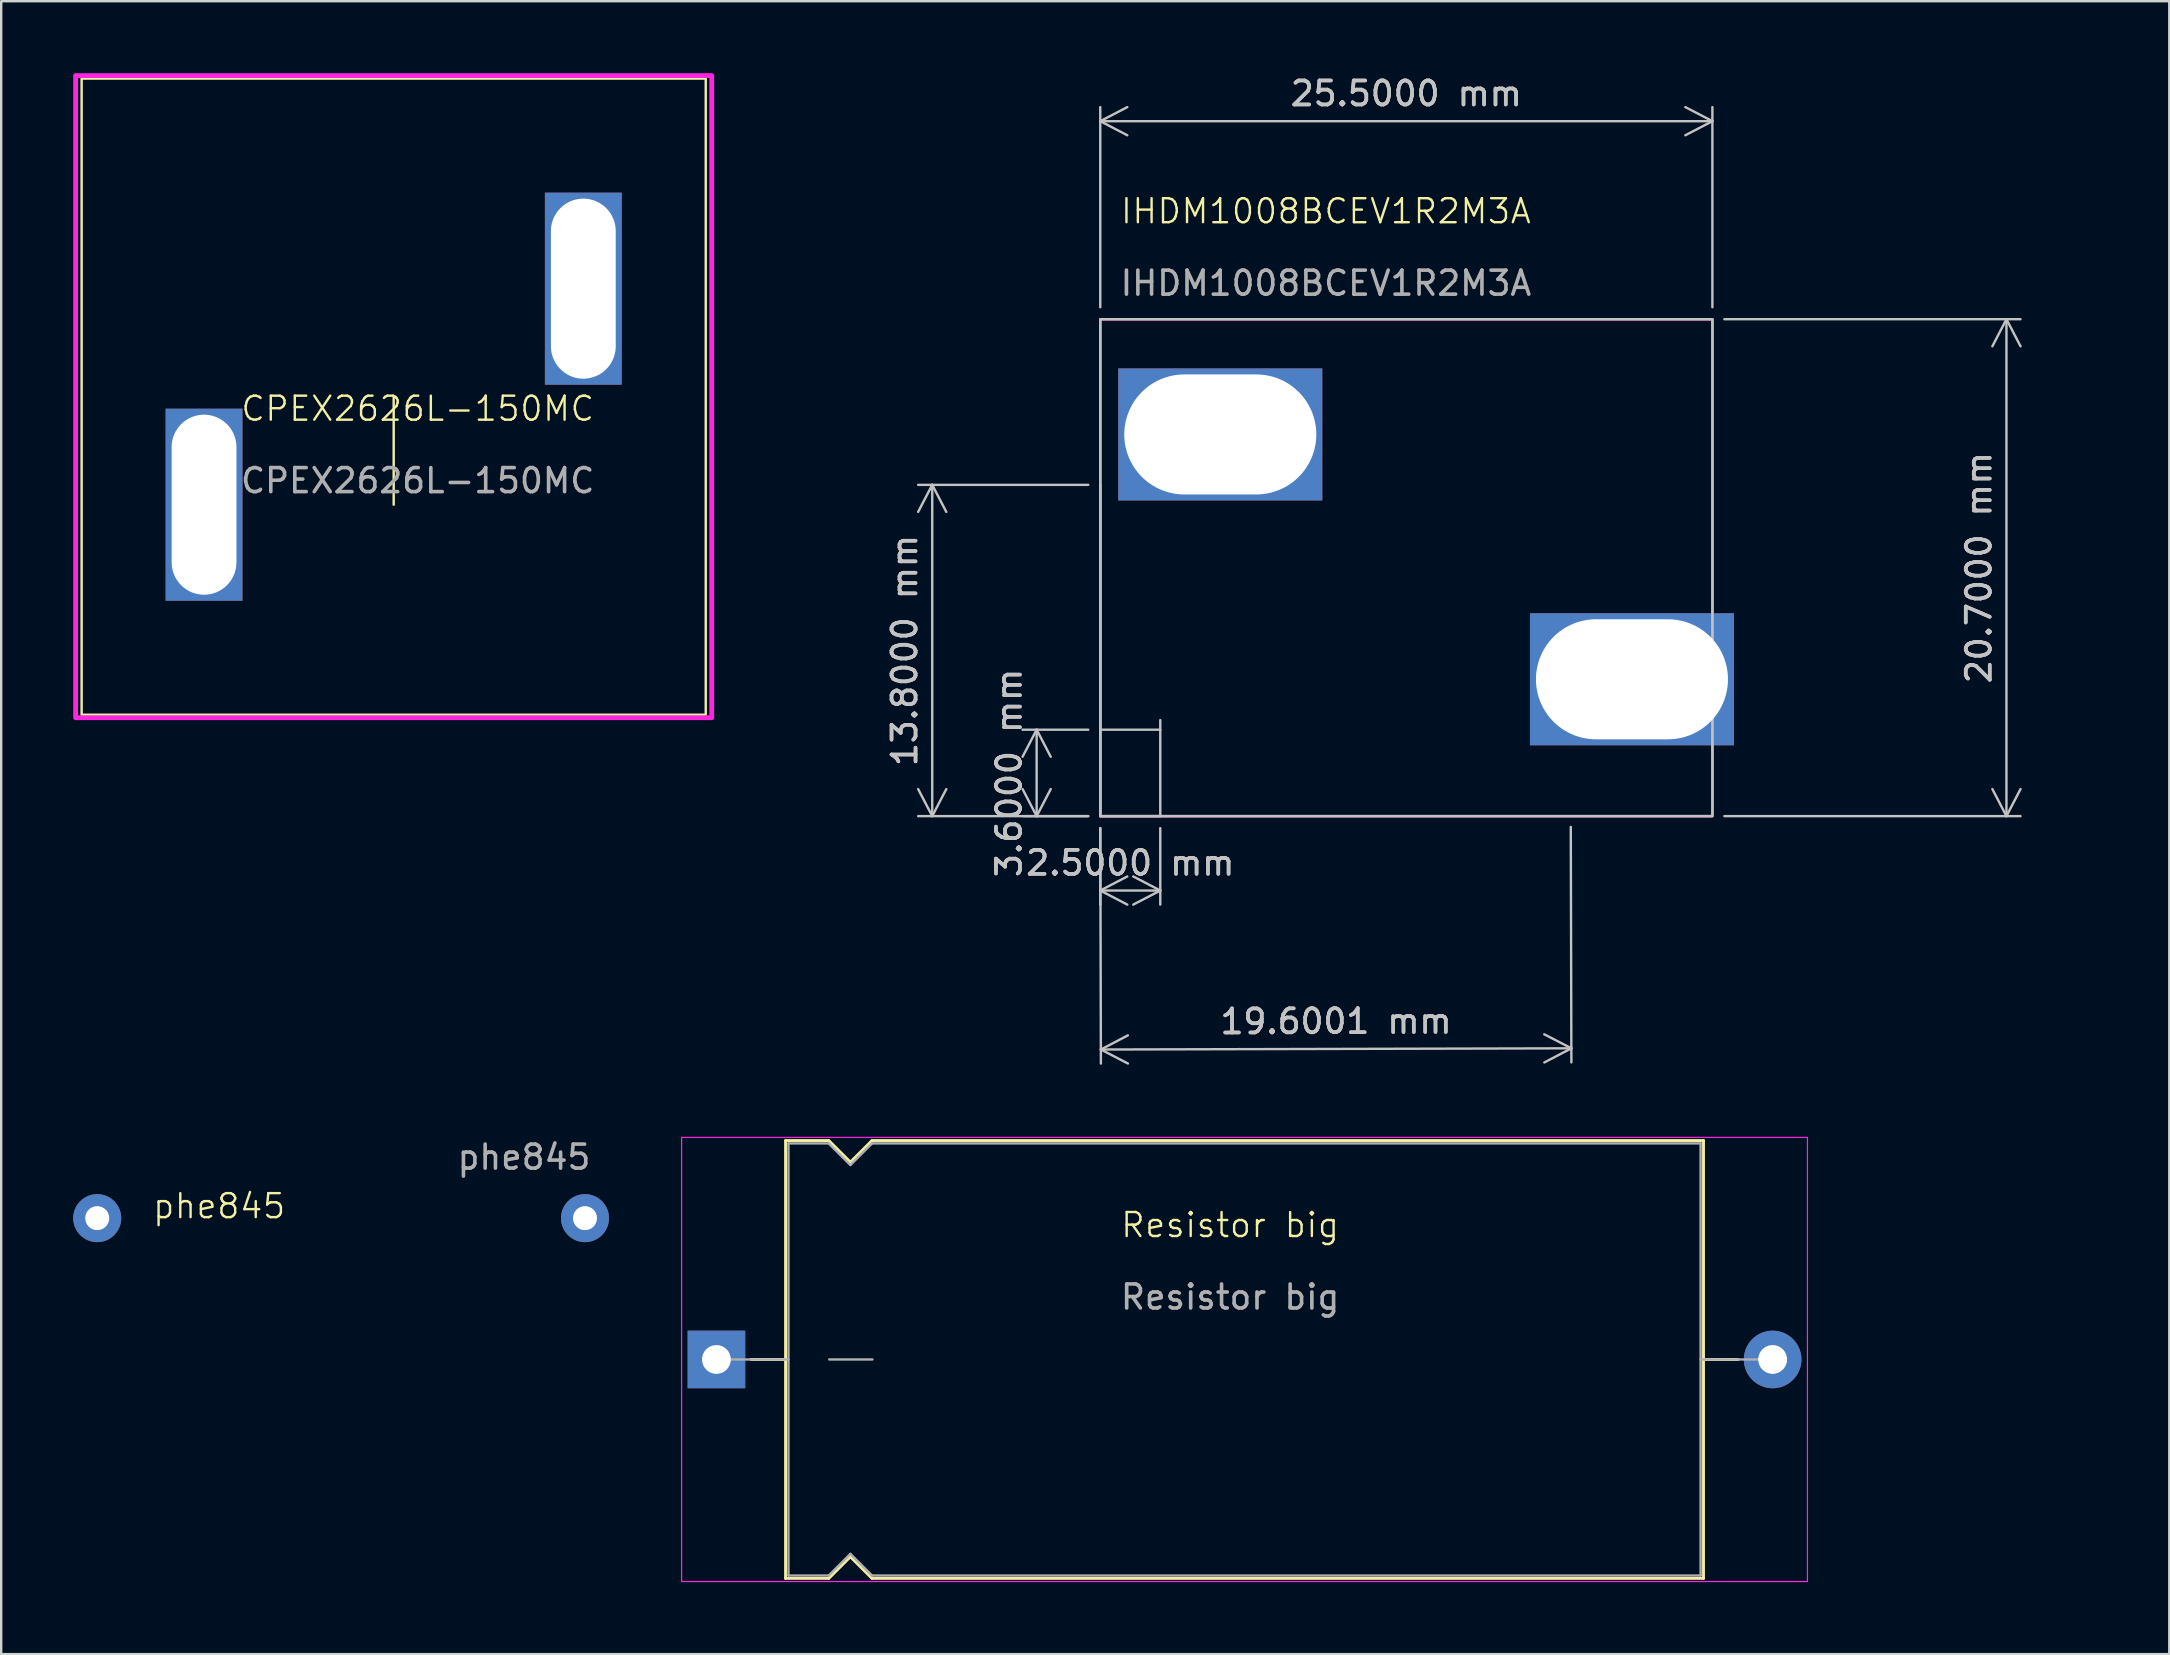
<source format=kicad_pcb>
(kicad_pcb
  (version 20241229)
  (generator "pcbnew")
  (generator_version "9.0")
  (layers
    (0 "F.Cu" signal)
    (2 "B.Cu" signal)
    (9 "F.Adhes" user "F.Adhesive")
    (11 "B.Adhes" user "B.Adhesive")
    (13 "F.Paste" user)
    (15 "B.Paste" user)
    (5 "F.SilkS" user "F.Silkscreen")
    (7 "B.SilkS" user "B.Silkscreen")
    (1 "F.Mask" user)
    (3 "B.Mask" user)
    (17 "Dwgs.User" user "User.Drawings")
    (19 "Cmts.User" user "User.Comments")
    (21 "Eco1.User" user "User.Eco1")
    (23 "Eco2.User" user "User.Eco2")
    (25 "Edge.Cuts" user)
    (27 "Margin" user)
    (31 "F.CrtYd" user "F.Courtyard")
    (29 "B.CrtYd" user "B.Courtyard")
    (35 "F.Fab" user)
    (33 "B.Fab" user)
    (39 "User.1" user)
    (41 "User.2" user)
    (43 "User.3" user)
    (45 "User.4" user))
  (footprint "Resistor big"
    (layer "F.Cu")
    (at 48.595 53.633)
    (property "Reference" "Resistor big" (at -0.4 -5.65 0) (unlocked yes) (layer "F.SilkS") (effects (font (size 1 1) (thickness 0.1))))
    (attr through_hole)
    (fp_line (start -20.36 -0.05) (end -18.92 -0.05) (stroke (width 0.12) (type solid)) (layer "F.SilkS"))
    (fp_line (start -18.92 -9.17) (end -18.92 9.07) (stroke (width 0.12) (type solid)) (layer "F.SilkS"))
    (fp_line (start -18.92 -9.17) (end -17.12 -9.17) (stroke (width 0.12) (type solid)) (layer "F.SilkS"))
    (fp_line (start -18.92 9.07) (end -17.12 9.07) (stroke (width 0.12) (type solid)) (layer "F.SilkS"))
    (fp_line (start -17.12 -9.17) (end -16.22 -8.27) (stroke (width 0.12) (type solid)) (layer "F.SilkS"))
    (fp_line (start -17.12 9.07) (end -16.22 8.17) (stroke (width 0.12) (type solid)) (layer "F.SilkS"))
    (fp_line (start -16.22 -8.27) (end -15.32 -9.17) (stroke (width 0.12) (type solid)) (layer "F.SilkS"))
    (fp_line (start -16.22 8.17) (end -15.32 9.07) (stroke (width 0.12) (type solid)) (layer "F.SilkS"))
    (fp_line (start -15.32 -9.17) (end 19.32 -9.17) (stroke (width 0.12) (type solid)) (layer "F.SilkS"))
    (fp_line (start -15.32 9.07) (end 19.32 9.07) (stroke (width 0.12) (type solid)) (layer "F.SilkS"))
    (fp_line (start 19.32 -9.17) (end 19.32 9.07) (stroke (width 0.12) (type solid)) (layer "F.SilkS"))
    (fp_line (start 20.76 -0.05) (end 19.32 -0.05) (stroke (width 0.12) (type solid)) (layer "F.SilkS"))
    (fp_line (start -23.25 -9.3) (end -23.25 9.2) (stroke (width 0.05) (type solid)) (layer "F.CrtYd"))
    (fp_line (start -23.25 9.2) (end 23.65 9.2) (stroke (width 0.05) (type solid)) (layer "F.CrtYd"))
    (fp_line (start 23.65 -9.3) (end -23.25 -9.3) (stroke (width 0.05) (type solid)) (layer "F.CrtYd"))
    (fp_line (start 23.65 9.2) (end 23.65 -9.3) (stroke (width 0.05) (type solid)) (layer "F.CrtYd"))
    (fp_line (start -21.8 -0.05) (end -18.8 -0.05) (stroke (width 0.1) (type solid)) (layer "F.Fab"))
    (fp_line (start -18.8 -9.05) (end -18.8 8.95) (stroke (width 0.1) (type solid)) (layer "F.Fab"))
    (fp_line (start -18.8 -9.05) (end -17.12 -9.05) (stroke (width 0.1) (type solid)) (layer "F.Fab"))
    (fp_line (start -18.8 8.95) (end -17.12 8.95) (stroke (width 0.1) (type solid)) (layer "F.Fab"))
    (fp_line (start -17.12 -9.05) (end -16.22 -8.15) (stroke (width 0.1) (type solid)) (layer "F.Fab"))
    (fp_line (start -17.12 8.95) (end -16.22 8.05) (stroke (width 0.1) (type solid)) (layer "F.Fab"))
    (fp_line (start -17.1 -0.05) (end -15.3 -0.05) (stroke (width 0.1) (type solid)) (layer "F.Fab"))
    (fp_line (start -16.22 -8.15) (end -15.32 -9.05) (stroke (width 0.1) (type solid)) (layer "F.Fab"))
    (fp_line (start -16.22 8.05) (end -15.32 8.95) (stroke (width 0.1) (type solid)) (layer "F.Fab"))
    (fp_line (start -15.32 -9.05) (end 19.2 -9.05) (stroke (width 0.1) (type solid)) (layer "F.Fab"))
    (fp_line (start -15.32 8.95) (end 19.2 8.95) (stroke (width 0.1) (type solid)) (layer "F.Fab"))
    (fp_line (start 19.2 -9.05) (end 19.2 8.95) (stroke (width 0.1) (type solid)) (layer "F.Fab"))
    (fp_line (start 22.2 -0.05) (end 19.2 -0.05) (stroke (width 0.1) (type solid)) (layer "F.Fab"))
    (fp_text user "${REFERENCE}" (at -0.4 -2.65 0) (unlocked yes) (layer "F.Fab") (effects (font (size 1 1) (thickness 0.15))))
    (pad "1" thru_hole rect (at -21.8 -0.05) (size 2.4 2.4) (drill 1.2) (layers "*.Cu" "*.Mask"))
    (pad "2" thru_hole oval (at 22.2 -0.05) (size 2.4 2.4) (drill 1.2) (layers "*.Cu" "*.Mask")))
  (footprint "phe845"
    (layer "F.Cu")
    (at 6.08 47.696)
    (property "Reference" "phe845" (at 0 -0.5 0) (unlocked yes) (layer "F.SilkS") (effects (font (size 1 1) (thickness 0.1))))
    (attr smd)
    (fp_text user "${REFERENCE}" (at 12.7 -2.54 0) (unlocked yes) (layer "F.Fab") (effects (font (size 1 1) (thickness 0.15))))
    (pad "1" thru_hole circle (at -5.08 0) (size 2 2) (drill 1) (layers "*.Cu" "*.Mask"))
    (pad "2" thru_hole circle (at 15.24 0) (size 2 2) (drill 1) (layers "*.Cu" "*.Mask")))
  (footprint "CPEX2626L-150MC"
    (layer "F.Cu")
    (at 13.35 13.475)
    (property "Reference" "CPEX2626L-150MC" (at 1 0.5 0) (unlocked yes) (layer "F.SilkS") (effects (font (size 1 1) (thickness 0.1))))
    (attr smd)
    (fp_line (start 0 0) (end 0 4.5) (stroke (width 0.1) (type default)) (layer "F.SilkS"))
    (fp_rect (start -13 -13.25) (end 13 13.25) (stroke (width 0.1) (type default)) (fill no) (layer "F.SilkS"))
    (fp_rect (start -13.25 -13.375) (end 13.25 13.375) (stroke (width 0.2) (type default)) (fill no) (layer "F.CrtYd"))
    (fp_rect (start -13.25 -13.375) (end 13.25 13.375) (stroke (width 0.1) (type default)) (fill no) (layer "F.Fab"))
    (fp_text user "${REFERENCE}" (at 1 3.5 0) (unlocked yes) (layer "F.Fab") (effects (font (size 1 1) (thickness 0.15))))
    (pad "1" thru_hole rect (at -7.9 4.5 90) (size 8 3.2) (drill oval 7.5 2.7) (layers "*.Cu" "*.Mask"))
    (pad "2" thru_hole rect (at 7.9 -4.5 90) (size 8 3.2) (drill oval 7.5 2.7) (layers "*.Cu" "*.Mask")))
  (footprint "IHDM1008BCEV1R2M3A"
    (layer "F.Cu")
    (at 55.535 20.598)
    (property "Reference" "IHDM1008BCEV1R2M3A" (at -3.35 -14.85 0) (unlocked yes) (layer "F.SilkS") (effects (font (size 1 1) (thickness 0.1))))
    (attr through_hole)
    (fp_rect (start -12.75 -10.35) (end 12.75 10.35) (stroke (width 0.1) (type default)) (fill no) (layer "F.SilkS"))
    (fp_line (start -12.75 6.75) (end -10.25 6.75) (stroke (width 0.1) (type default)) (layer "Dwgs.User"))
    (fp_line (start -12.75 10.35) (end -12.75 -3.45) (stroke (width 0.1) (type default)) (layer "Dwgs.User"))
    (fp_line (start -12.75 10.35) (end -10.25 10.35) (stroke (width 0.1) (type default)) (layer "Dwgs.User"))
    (fp_line (start -10.25 10.35) (end -10.25 6.35) (stroke (width 0.1) (type default)) (layer "Dwgs.User"))
    (fp_rect (start -12.75 -10.35) (end 12.75 10.35) (stroke (width 0.1) (type default)) (fill no) (layer "Dwgs.User"))
    (fp_rect (start -12.75 -10.35) (end 12.75 10.35) (stroke (width 0.1) (type default)) (fill no) (layer "F.CrtYd"))
    (fp_text user "${REFERENCE}" (at -3.35 -11.85 0) (unlocked yes) (layer "F.Fab") (effects (font (size 1 1) (thickness 0.15))))
    (dimension (type aligned) (layer "Dwgs.User") (pts (xy 42.785 30.948) (xy 62.385 30.898)) (height 9.723) (format (prefix "") (suffix "") (units 3) (units_format 1) (precision 4)) (style (thickness 0.1) (arrow_length 1.27) (text_position_mode 0) (arrow_direction outward) (extension_height 0.586) (extension_offset 0.5) (keep_text_aligned yes)) (gr_text "19.6001 mm" (at 52.606 39.497 0.146) (layer "Dwgs.User") (effects (font (size 1 1) (thickness 0.15)))))
    (dimension (type aligned) (layer "Dwgs.User") (pts (xy 42.785 17.148) (xy 42.785 30.948)) (height 7) (format (prefix "") (suffix "") (units 3) (units_format 1) (precision 4)) (style (thickness 0.1) (arrow_length 1.27) (text_position_mode 0) (arrow_direction outward) (extension_height 0.586) (extension_offset 0.5) (keep_text_aligned yes)) (gr_text "13.8000 mm" (at 34.635 24.048 90) (layer "Dwgs.User") (effects (font (size 1 1) (thickness 0.15)))))
    (dimension (type aligned) (layer "Dwgs.User") (pts (xy 42.785 30.948) (xy 42.785 27.348)) (height -2.65) (format (prefix "") (suffix "") (units 3) (units_format 1) (precision 4)) (style (thickness 0.1) (arrow_length 1.27) (text_position_mode 0) (arrow_direction outward) (extension_height 0.586) (extension_offset 0.5) (keep_text_aligned yes)) (gr_text "3.6000 mm" (at 38.985 29.148 90) (layer "Dwgs.User") (effects (font (size 1 1) (thickness 0.15)))))
    (dimension (type aligned) (layer "Dwgs.User") (pts (xy 45.285 30.948) (xy 42.785 30.948)) (height -3.1) (format (prefix "") (suffix "") (units 3) (units_format 1) (precision 4)) (style (thickness 0.1) (arrow_length 1.27) (text_position_mode 0) (arrow_direction outward) (extension_height 0.586) (extension_offset 0.5) (keep_text_aligned yes)) (gr_text "2.5000 mm" (at 44.035 32.898 0) (layer "Dwgs.User") (effects (font (size 1 1) (thickness 0.15)))))
    (dimension (type aligned) (layer "Dwgs.User") (pts (xy 42.785 10.248) (xy 68.285 10.248)) (height -8.25) (format (prefix "") (suffix "") (units 3) (units_format 1) (precision 4)) (style (thickness 0.1) (arrow_length 1.27) (text_position_mode 0) (arrow_direction outward) (extension_height 0.586) (extension_offset 0.5) (keep_text_aligned yes)) (gr_text "25.5000 mm" (at 55.535 0.848 0) (layer "Dwgs.User") (effects (font (size 1 1) (thickness 0.15)))))
    (dimension (type aligned) (layer "Dwgs.User") (pts (xy 68.285 10.248) (xy 68.285 30.948)) (height -12.25) (format (prefix "") (suffix "") (units 3) (units_format 1) (precision 4)) (style (thickness 0.1) (arrow_length 1.27) (text_position_mode 0) (arrow_direction outward) (extension_height 0.586) (extension_offset 0.5) (keep_text_aligned yes)) (gr_text "20.7000 mm" (at 79.385 20.598 90) (layer "Dwgs.User") (effects (font (size 1 1) (thickness 0.15)))))
    (pad "1" thru_hole rect (at 9.4 4.65) (size 8.5 5.5) (drill oval 8 5) (layers "*.Cu" "*.Mask"))
    (pad "2" thru_hole rect (at -7.75 -5.55) (size 8.5 5.5) (drill oval 8 5) (layers "*.Cu" "*.Mask")))
  (gr_rect
    (start -3 -3)
    (end 87.319 65.858)
    (stroke (width 0.1) (type default))
    (fill no)
    (layer "Edge.Cuts")))
</source>
